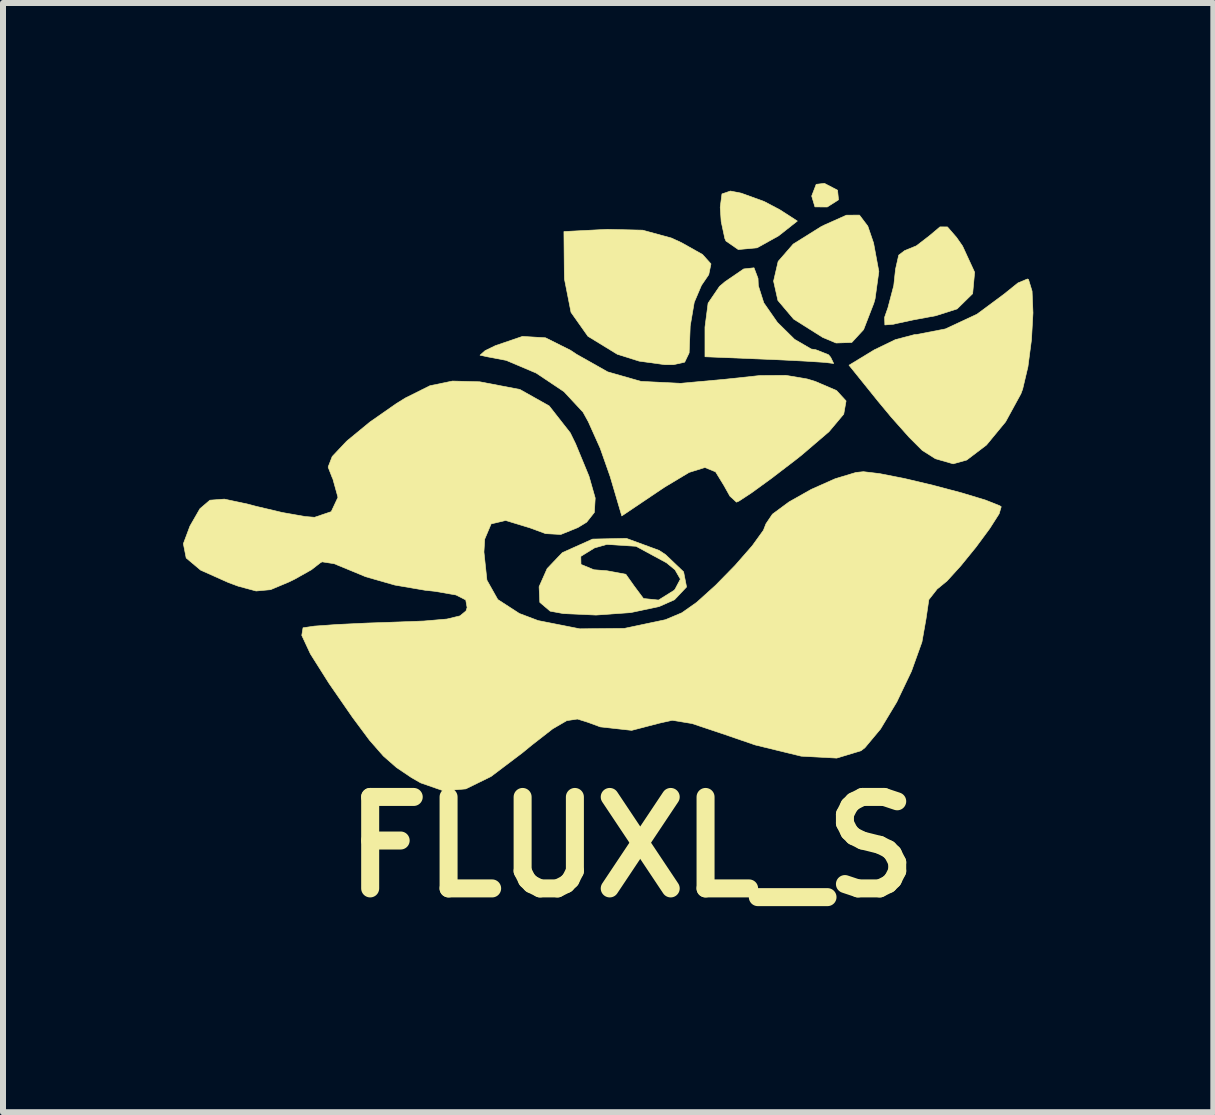
<source format=kicad_pcb>
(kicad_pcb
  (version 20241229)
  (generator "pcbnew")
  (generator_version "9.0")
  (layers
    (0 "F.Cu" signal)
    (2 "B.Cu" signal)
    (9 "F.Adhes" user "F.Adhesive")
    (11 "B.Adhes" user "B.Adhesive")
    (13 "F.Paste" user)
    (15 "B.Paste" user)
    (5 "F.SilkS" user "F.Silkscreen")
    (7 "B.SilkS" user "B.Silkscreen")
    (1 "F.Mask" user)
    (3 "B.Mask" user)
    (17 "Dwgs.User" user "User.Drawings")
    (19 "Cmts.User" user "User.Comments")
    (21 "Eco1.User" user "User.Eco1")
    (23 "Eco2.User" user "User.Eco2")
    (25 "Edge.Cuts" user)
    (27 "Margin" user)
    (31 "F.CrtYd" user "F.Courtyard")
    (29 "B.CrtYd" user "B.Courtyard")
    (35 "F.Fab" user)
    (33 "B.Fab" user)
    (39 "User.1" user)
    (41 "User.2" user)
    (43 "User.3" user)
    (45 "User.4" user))
  (footprint "FLUXL_S"
    (layer "F.Cu")
    (at 7.172 5.063)
    (property "Reference" "FLUXL_S" (at 0.3 6 0) (layer "F.SilkS") (effects (font (size 1.524 1.524) (thickness 0.3))))
    (attr through_hole)
    (fp_poly (pts (xy 3.733 -4.944) (xy 3.749 -4.784) (xy 3.561 -4.664) (xy 3.356 -4.666) (xy 3.302 -4.847) (xy 3.377 -5.042) (xy 3.514 -5.058) (xy 3.733 -4.944)) (stroke (width 0.01) (type solid)) (fill yes) (layer "F.SilkS"))
    (fp_poly (pts (xy 2.127 -4.895) (xy 2.51 -4.756) (xy 2.77 -4.619) (xy 3.063 -4.43) (xy 2.75 -4.183) (xy 2.392 -3.984) (xy 2.079 -3.955) (xy 1.874 -4.097) (xy 1.855 -4.138) (xy 1.794 -4.422) (xy 1.778 -4.66) (xy 1.807 -4.882) (xy 1.948 -4.93) (xy 2.127 -4.895)) (stroke (width 0.01) (type solid)) (fill yes) (layer "F.SilkS"))
    (fp_poly (pts (xy 4.237 -4.345) (xy 4.333 -4.064) (xy 4.421 -3.589) (xy 4.358 -3.134) (xy 4.338 -3.063) (xy 4.167 -2.621) (xy 3.97 -2.407) (xy 3.708 -2.398) (xy 3.486 -2.491) (xy 3.002 -2.796) (xy 2.739 -3.107) (xy 2.667 -3.429) (xy 2.743 -3.757) (xy 2.994 -4.046) (xy 3.456 -4.335) (xy 3.518 -4.366) (xy 3.881 -4.528) (xy 4.098 -4.529) (xy 4.237 -4.345)) (stroke (width 0.01) (type solid)) (fill yes) (layer "F.SilkS"))
    (fp_poly (pts (xy 5.564 -4.332) (xy 5.715 -4.158) (xy 5.816 -4.013) (xy 6.017 -3.577) (xy 5.984 -3.22) (xy 5.725 -2.966) (xy 5.371 -2.853) (xy 4.994 -2.783) (xy 4.697 -2.719) (xy 4.667 -2.711) (xy 4.521 -2.699) (xy 4.517 -2.827) (xy 4.572 -2.984) (xy 4.67 -3.357) (xy 4.699 -3.628) (xy 4.752 -3.862) (xy 4.85 -3.937) (xy 5.046 -4.017) (xy 5.264 -4.185) (xy 5.44 -4.333) (xy 5.564 -4.332)) (stroke (width 0.01) (type solid)) (fill yes) (layer "F.SilkS"))
    (fp_poly (pts (xy 0.486 -4.278) (xy 0.968 -4.146) (xy 1.136 -4.068) (xy 1.483 -3.873) (xy 1.624 -3.716) (xy 1.587 -3.537) (xy 1.465 -3.358) (xy 1.345 -3.076) (xy 1.278 -2.681) (xy 1.274 -2.572) (xy 1.26 -2.233) (xy 1.186 -2.079) (xy 1 -2.037) (xy 0.857 -2.037) (xy 0.427 -2.096) (xy 0.064 -2.21) (xy -0.426 -2.51) (xy -0.708 -2.909) (xy -0.817 -3.462) (xy -0.82 -3.596) (xy -0.826 -4.255) (xy -0.102 -4.292) (xy 0.486 -4.278)) (stroke (width 0.01) (type solid)) (fill yes) (layer "F.SilkS"))
    (fp_poly (pts (xy 2.408 -3.474) (xy 2.413 -3.353) (xy 2.504 -3.067) (xy 2.73 -2.742) (xy 3.017 -2.459) (xy 3.294 -2.298) (xy 3.371 -2.286) (xy 3.582 -2.203) (xy 3.619 -2.159) (xy 3.668 -2.057) (xy 3.659 -2.058) (xy 3.523 -2.075) (xy 3.195 -2.096) (xy 2.738 -2.119) (xy 2.572 -2.126) (xy 1.524 -2.169) (xy 1.524 -2.663) (xy 1.576 -3.062) (xy 1.766 -3.341) (xy 1.859 -3.42) (xy 2.169 -3.632) (xy 2.341 -3.651) (xy 2.408 -3.474)) (stroke (width 0.01) (type solid)) (fill yes) (layer "F.SilkS"))
    (fp_poly (pts (xy 6.914 -3.458) (xy 6.974 -3.262) (xy 6.989 -2.9) (xy 6.964 -2.453) (xy 6.905 -2.002) (xy 6.817 -1.63) (xy 6.788 -1.552) (xy 6.533 -1.085) (xy 6.214 -0.698) (xy 5.885 -0.448) (xy 5.659 -0.385) (xy 5.363 -0.47) (xy 5.144 -0.609) (xy 4.925 -0.828) (xy 4.627 -1.163) (xy 4.407 -1.428) (xy 3.924 -2.028) (xy 4.343 -2.283) (xy 4.696 -2.454) (xy 5.015 -2.538) (xy 5.052 -2.54) (xy 5.531 -2.633) (xy 6.056 -2.878) (xy 6.501 -3.208) (xy 6.739 -3.399) (xy 6.897 -3.465) (xy 6.914 -3.458)) (stroke (width 0.01) (type solid)) (fill yes) (layer "F.SilkS"))
    (fp_poly (pts (xy 0.761 1.058) (xy 0.867 1.128) (xy 1.168 1.415) (xy 1.217 1.667) (xy 1.016 1.88) (xy 0.76 1.993) (xy 0.286 2.094) (xy -0.292 2.135) (xy -0.836 2.11) (xy -1.055 2.07) (xy -1.228 1.923) (xy -1.24 1.663) (xy -1.106 1.361) (xy -0.912 1.157) (xy -0.545 1.157) (xy -0.542 1.291) (xy -0.326 1.38) (xy -0.108 1.397) (xy 0.205 1.455) (xy 0.344 1.651) (xy 0.499 1.859) (xy 0.75 1.885) (xy 1.009 1.723) (xy 1.026 1.703) (xy 1.114 1.536) (xy 1.025 1.381) (xy 0.883 1.264) (xy 0.376 0.989) (xy -0.111 0.958) (xy -0.316 1.016) (xy -0.545 1.157) (xy -0.912 1.157) (xy -0.852 1.095) (xy -0.349 0.869) (xy 0.214 0.857) (xy 0.761 1.058)) (stroke (width 0.01) (type solid)) (fill yes) (layer "F.SilkS"))
    (fp_poly (pts (xy -1.133 -2.485) (xy -0.715 -2.276) (xy -0.618 -2.211) (xy -0.097 -1.917) (xy 0.456 -1.759) (xy 1.111 -1.726) (xy 1.841 -1.792) (xy 2.438 -1.856) (xy 2.872 -1.859) (xy 3.227 -1.799) (xy 3.364 -1.757) (xy 3.716 -1.606) (xy 3.875 -1.433) (xy 3.836 -1.213) (xy 3.591 -0.921) (xy 3.134 -0.53) (xy 3.042 -0.457) (xy 2.632 -0.143) (xy 2.299 0.099) (xy 2.09 0.236) (xy 2.049 0.254) (xy 1.939 0.153) (xy 1.84 -0.024) (xy 1.701 -0.251) (xy 1.523 -0.324) (xy 1.258 -0.241) (xy 0.855 0.001) (xy 0.786 0.047) (xy 0.138 0.483) (xy -0.055 -0.171) (xy -0.221 -0.643) (xy -0.42 -1.087) (xy -0.508 -1.246) (xy -0.826 -1.588) (xy -1.288 -1.897) (xy -1.789 -2.109) (xy -2.095 -2.167) (xy -2.224 -2.195) (xy -2.139 -2.271) (xy -1.968 -2.354) (xy -1.517 -2.508) (xy -1.133 -2.485)) (stroke (width 0.01) (type solid)) (fill yes) (layer "F.SilkS"))
    (fp_poly (pts (xy -2.229 -1.752) (xy -1.56 -1.624) (xy -1.072 -1.35) (xy -0.721 -0.902) (xy -0.632 -0.72) (xy -0.409 -0.18) (xy -0.305 0.185) (xy -0.319 0.425) (xy -0.448 0.588) (xy -0.594 0.677) (xy -0.878 0.792) (xy -1.132 0.778) (xy -1.392 0.682) (xy -1.797 0.559) (xy -2.039 0.616) (xy -2.146 0.87) (xy -2.159 1.084) (xy -2.109 1.554) (xy -1.928 1.876) (xy -1.568 2.109) (xy -1.255 2.227) (xy -0.562 2.364) (xy 0.181 2.357) (xy 0.866 2.212) (xy 1.139 2.097) (xy 1.386 1.923) (xy 1.7 1.64) (xy 2.027 1.306) (xy 2.312 0.98) (xy 2.498 0.722) (xy 2.54 0.614) (xy 2.648 0.454) (xy 2.924 0.25) (xy 3.296 0.04) (xy 3.692 -0.136) (xy 4.039 -0.241) (xy 4.164 -0.254) (xy 4.433 -0.222) (xy 4.845 -0.141) (xy 5.326 -0.027) (xy 5.801 0.099) (xy 6.195 0.218) (xy 6.433 0.312) (xy 6.46 0.33) (xy 6.425 0.448) (xy 6.268 0.694) (xy 6.039 1.004) (xy 5.786 1.315) (xy 5.557 1.567) (xy 5.401 1.695) (xy 5.396 1.697) (xy 5.254 1.878) (xy 5.207 2.198) (xy 5.139 2.584) (xy 4.964 3.072) (xy 4.72 3.583) (xy 4.448 4.035) (xy 4.189 4.345) (xy 4.123 4.396) (xy 3.719 4.518) (xy 3.127 4.486) (xy 2.36 4.299) (xy 1.804 4.108) (xy 1.307 3.942) (xy 0.978 3.888) (xy 0.764 3.936) (xy 0.303 4.056) (xy -0.22 3.998) (xy -0.426 3.922) (xy -0.602 3.867) (xy -0.779 3.894) (xy -1.013 4.03) (xy -1.361 4.301) (xy -1.518 4.43) (xy -2.041 4.825) (xy -2.461 5.031) (xy -2.834 5.063) (xy -3.213 4.931) (xy -3.365 4.844) (xy -3.615 4.676) (xy -3.835 4.483) (xy -4.066 4.219) (xy -4.35 3.837) (xy -4.729 3.289) (xy -4.745 3.265) (xy -5.05 2.782) (xy -5.194 2.473) (xy -5.173 2.347) (xy -4.985 2.319) (xy -4.606 2.292) (xy -4.1 2.268) (xy -3.748 2.256) (xy -3.157 2.234) (xy -2.775 2.201) (xy -2.557 2.148) (xy -2.458 2.066) (xy -2.439 2.01) (xy -2.462 1.883) (xy -2.625 1.8) (xy -2.977 1.739) (xy -3.136 1.722) (xy -3.644 1.635) (xy -4.13 1.496) (xy -4.349 1.405) (xy -4.655 1.279) (xy -4.856 1.248) (xy -4.887 1.266) (xy -5.033 1.38) (xy -5.318 1.54) (xy -5.409 1.584) (xy -5.714 1.712) (xy -5.955 1.734) (xy -6.255 1.653) (xy -6.417 1.593) (xy -6.88 1.386) (xy -7.12 1.184) (xy -7.167 0.946) (xy -7.057 0.652) (xy -6.891 0.363) (xy -6.725 0.221) (xy -6.484 0.203) (xy -6.094 0.286) (xy -5.959 0.322) (xy -5.519 0.426) (xy -5.139 0.493) (xy -4.981 0.506) (xy -4.703 0.412) (xy -4.591 0.173) (xy -4.678 -0.14) (xy -4.685 -0.151) (xy -4.755 -0.331) (xy -4.687 -0.507) (xy -4.451 -0.757) (xy -4.43 -0.776) (xy -4.058 -1.082) (xy -3.615 -1.391) (xy -3.466 -1.483) (xy -3.059 -1.686) (xy -2.683 -1.764) (xy -2.229 -1.752)) (stroke (width 0.01) (type solid)) (fill yes) (layer "F.SilkS")))
  (gr_rect
    (start -3 -3)
    (end 17.166 15.481)
    (stroke (width 0.1) (type default))
    (fill no)
    (layer "Edge.Cuts")))
</source>
